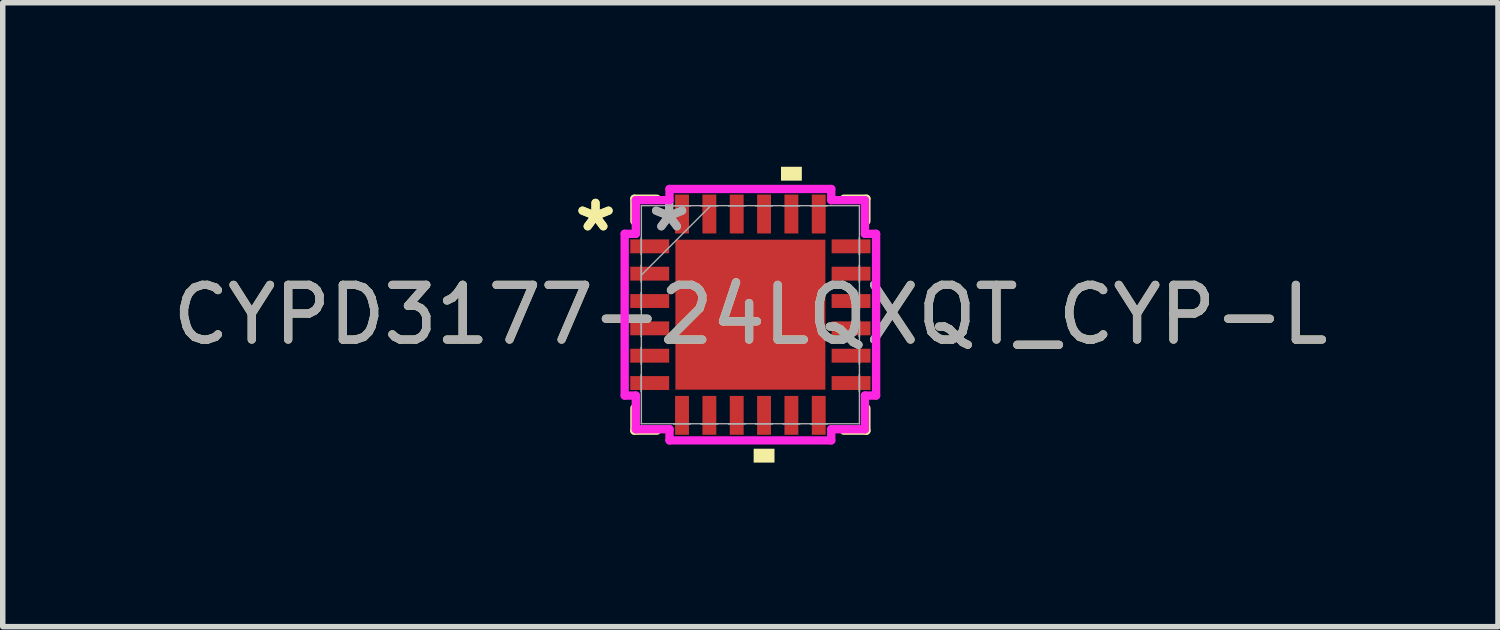
<source format=kicad_pcb>
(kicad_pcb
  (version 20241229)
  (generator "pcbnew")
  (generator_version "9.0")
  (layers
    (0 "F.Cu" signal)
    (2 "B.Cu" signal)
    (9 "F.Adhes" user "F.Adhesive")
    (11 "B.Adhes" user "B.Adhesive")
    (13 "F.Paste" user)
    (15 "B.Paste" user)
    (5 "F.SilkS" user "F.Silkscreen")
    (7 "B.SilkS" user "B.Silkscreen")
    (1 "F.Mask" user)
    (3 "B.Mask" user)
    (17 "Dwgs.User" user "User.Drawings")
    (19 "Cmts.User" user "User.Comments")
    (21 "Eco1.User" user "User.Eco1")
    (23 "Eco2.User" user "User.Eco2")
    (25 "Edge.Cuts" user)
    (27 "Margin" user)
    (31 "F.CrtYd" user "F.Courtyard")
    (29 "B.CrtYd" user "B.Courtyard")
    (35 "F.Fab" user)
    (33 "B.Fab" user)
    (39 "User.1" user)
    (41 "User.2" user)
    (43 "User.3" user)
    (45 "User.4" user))
  (footprint "CYPD3177-24LQXQT_CYP-L"
    (layer "F.Cu")
    (at 10.673 2.705)
    (property "Reference" "CYPD3177-24LQXQT_CYP-L" (at 0 0 0) (unlocked yes) (layer "F.SilkS") (effects (font (size 1 1) (thickness 0.15))))
    (attr smd)
    (fp_line (start -2.121 -2.121) (end -2.121 -1.71) (stroke (width 0.152) (type solid)) (layer "F.SilkS"))
    (fp_line (start -2.121 1.71) (end -2.121 2.121) (stroke (width 0.152) (type solid)) (layer "F.SilkS"))
    (fp_line (start -2.121 2.121) (end -1.71 2.121) (stroke (width 0.152) (type solid)) (layer "F.SilkS"))
    (fp_line (start -1.71 -2.121) (end -2.121 -2.121) (stroke (width 0.152) (type solid)) (layer "F.SilkS"))
    (fp_line (start 1.71 2.121) (end 2.121 2.121) (stroke (width 0.152) (type solid)) (layer "F.SilkS"))
    (fp_line (start 2.121 -2.121) (end 1.71 -2.121) (stroke (width 0.152) (type solid)) (layer "F.SilkS"))
    (fp_line (start 2.121 -1.71) (end 2.121 -2.121) (stroke (width 0.152) (type solid)) (layer "F.SilkS"))
    (fp_line (start 2.121 2.121) (end 2.121 1.71) (stroke (width 0.152) (type solid)) (layer "F.SilkS"))
    (fp_poly (pts (xy 0.06 2.451) (xy 0.06 2.705) (xy 0.441 2.705) (xy 0.441 2.451)) (stroke (width 0) (type solid)) (fill yes) (layer "F.SilkS"))
    (fp_poly (pts (xy 0.56 -2.451) (xy 0.56 -2.705) (xy 0.941 -2.705) (xy 0.941 -2.451)) (stroke (width 0) (type solid)) (fill yes) (layer "F.SilkS"))
    (fp_poly (pts (xy -1.272 -1.272) (xy -1.272 -0.1) (xy -0.1 -0.1) (xy -0.1 -1.272)) (stroke (width 0) (type solid)) (fill yes) (layer "F.Paste"))
    (fp_poly (pts (xy -1.272 0.1) (xy -1.272 1.272) (xy -0.1 1.272) (xy -0.1 0.1)) (stroke (width 0) (type solid)) (fill yes) (layer "F.Paste"))
    (fp_poly (pts (xy 0.1 -1.272) (xy 0.1 -0.1) (xy 1.272 -0.1) (xy 1.272 -1.272)) (stroke (width 0) (type solid)) (fill yes) (layer "F.Paste"))
    (fp_poly (pts (xy 0.1 0.1) (xy 0.1 1.272) (xy 1.272 1.272) (xy 1.272 0.1)) (stroke (width 0) (type solid)) (fill yes) (layer "F.Paste"))
    (fp_line (start -2.299 -1.479) (end -2.095 -1.479) (stroke (width 0.152) (type solid)) (layer "F.CrtYd"))
    (fp_line (start -2.299 1.479) (end -2.299 -1.479) (stroke (width 0.152) (type solid)) (layer "F.CrtYd"))
    (fp_line (start -2.095 -2.095) (end -1.479 -2.095) (stroke (width 0.152) (type solid)) (layer "F.CrtYd"))
    (fp_line (start -2.095 -1.479) (end -2.095 -2.095) (stroke (width 0.152) (type solid)) (layer "F.CrtYd"))
    (fp_line (start -2.095 1.479) (end -2.299 1.479) (stroke (width 0.152) (type solid)) (layer "F.CrtYd"))
    (fp_line (start -2.095 2.095) (end -2.095 1.479) (stroke (width 0.152) (type solid)) (layer "F.CrtYd"))
    (fp_line (start -1.479 -2.299) (end 1.479 -2.299) (stroke (width 0.152) (type solid)) (layer "F.CrtYd"))
    (fp_line (start -1.479 -2.095) (end -1.479 -2.299) (stroke (width 0.152) (type solid)) (layer "F.CrtYd"))
    (fp_line (start -1.479 2.095) (end -2.095 2.095) (stroke (width 0.152) (type solid)) (layer "F.CrtYd"))
    (fp_line (start -1.479 2.299) (end -1.479 2.095) (stroke (width 0.152) (type solid)) (layer "F.CrtYd"))
    (fp_line (start 1.479 -2.299) (end 1.479 -2.095) (stroke (width 0.152) (type solid)) (layer "F.CrtYd"))
    (fp_line (start 1.479 -2.095) (end 2.095 -2.095) (stroke (width 0.152) (type solid)) (layer "F.CrtYd"))
    (fp_line (start 1.479 2.095) (end 1.479 2.299) (stroke (width 0.152) (type solid)) (layer "F.CrtYd"))
    (fp_line (start 1.479 2.299) (end -1.479 2.299) (stroke (width 0.152) (type solid)) (layer "F.CrtYd"))
    (fp_line (start 2.095 -2.095) (end 2.095 -1.479) (stroke (width 0.152) (type solid)) (layer "F.CrtYd"))
    (fp_line (start 2.095 -1.479) (end 2.299 -1.479) (stroke (width 0.152) (type solid)) (layer "F.CrtYd"))
    (fp_line (start 2.095 1.479) (end 2.095 2.095) (stroke (width 0.152) (type solid)) (layer "F.CrtYd"))
    (fp_line (start 2.095 2.095) (end 1.479 2.095) (stroke (width 0.152) (type solid)) (layer "F.CrtYd"))
    (fp_line (start 2.299 -1.479) (end 2.299 1.479) (stroke (width 0.152) (type solid)) (layer "F.CrtYd"))
    (fp_line (start 2.299 1.479) (end 2.095 1.479) (stroke (width 0.152) (type solid)) (layer "F.CrtYd"))
    (fp_line (start -1.994 -1.994) (end -1.994 -1.994) (stroke (width 0.025) (type solid)) (layer "F.Fab"))
    (fp_line (start -1.994 -1.994) (end -1.994 1.994) (stroke (width 0.025) (type solid)) (layer "F.Fab"))
    (fp_line (start -1.994 -1.403) (end -1.994 -1.403) (stroke (width 0.025) (type solid)) (layer "F.Fab"))
    (fp_line (start -1.994 -1.403) (end -1.994 -1.098) (stroke (width 0.025) (type solid)) (layer "F.Fab"))
    (fp_line (start -1.994 -1.098) (end -1.994 -1.403) (stroke (width 0.025) (type solid)) (layer "F.Fab"))
    (fp_line (start -1.994 -1.098) (end -1.994 -1.098) (stroke (width 0.025) (type solid)) (layer "F.Fab"))
    (fp_line (start -1.994 -0.903) (end -1.994 -0.903) (stroke (width 0.025) (type solid)) (layer "F.Fab"))
    (fp_line (start -1.994 -0.903) (end -1.994 -0.598) (stroke (width 0.025) (type solid)) (layer "F.Fab"))
    (fp_line (start -1.994 -0.724) (end -0.724 -1.994) (stroke (width 0.025) (type solid)) (layer "F.Fab"))
    (fp_line (start -1.994 -0.598) (end -1.994 -0.903) (stroke (width 0.025) (type solid)) (layer "F.Fab"))
    (fp_line (start -1.994 -0.598) (end -1.994 -0.598) (stroke (width 0.025) (type solid)) (layer "F.Fab"))
    (fp_line (start -1.994 -0.402) (end -1.994 -0.402) (stroke (width 0.025) (type solid)) (layer "F.Fab"))
    (fp_line (start -1.994 -0.402) (end -1.994 -0.098) (stroke (width 0.025) (type solid)) (layer "F.Fab"))
    (fp_line (start -1.994 -0.098) (end -1.994 -0.402) (stroke (width 0.025) (type solid)) (layer "F.Fab"))
    (fp_line (start -1.994 -0.098) (end -1.994 -0.098) (stroke (width 0.025) (type solid)) (layer "F.Fab"))
    (fp_line (start -1.994 0.098) (end -1.994 0.098) (stroke (width 0.025) (type solid)) (layer "F.Fab"))
    (fp_line (start -1.994 0.098) (end -1.994 0.402) (stroke (width 0.025) (type solid)) (layer "F.Fab"))
    (fp_line (start -1.994 0.402) (end -1.994 0.098) (stroke (width 0.025) (type solid)) (layer "F.Fab"))
    (fp_line (start -1.994 0.402) (end -1.994 0.402) (stroke (width 0.025) (type solid)) (layer "F.Fab"))
    (fp_line (start -1.994 0.598) (end -1.994 0.598) (stroke (width 0.025) (type solid)) (layer "F.Fab"))
    (fp_line (start -1.994 0.598) (end -1.994 0.903) (stroke (width 0.025) (type solid)) (layer "F.Fab"))
    (fp_line (start -1.994 0.903) (end -1.994 0.598) (stroke (width 0.025) (type solid)) (layer "F.Fab"))
    (fp_line (start -1.994 0.903) (end -1.994 0.903) (stroke (width 0.025) (type solid)) (layer "F.Fab"))
    (fp_line (start -1.994 1.098) (end -1.994 1.098) (stroke (width 0.025) (type solid)) (layer "F.Fab"))
    (fp_line (start -1.994 1.098) (end -1.994 1.403) (stroke (width 0.025) (type solid)) (layer "F.Fab"))
    (fp_line (start -1.994 1.403) (end -1.994 1.098) (stroke (width 0.025) (type solid)) (layer "F.Fab"))
    (fp_line (start -1.994 1.403) (end -1.994 1.403) (stroke (width 0.025) (type solid)) (layer "F.Fab"))
    (fp_line (start -1.994 1.994) (end -1.994 1.994) (stroke (width 0.025) (type solid)) (layer "F.Fab"))
    (fp_line (start -1.994 1.994) (end 1.994 1.994) (stroke (width 0.025) (type solid)) (layer "F.Fab"))
    (fp_line (start -1.403 -1.994) (end -1.403 -1.994) (stroke (width 0.025) (type solid)) (layer "F.Fab"))
    (fp_line (start -1.403 -1.994) (end -1.098 -1.994) (stroke (width 0.025) (type solid)) (layer "F.Fab"))
    (fp_line (start -1.403 1.994) (end -1.403 1.994) (stroke (width 0.025) (type solid)) (layer "F.Fab"))
    (fp_line (start -1.403 1.994) (end -1.098 1.994) (stroke (width 0.025) (type solid)) (layer "F.Fab"))
    (fp_line (start -1.098 -1.994) (end -1.403 -1.994) (stroke (width 0.025) (type solid)) (layer "F.Fab"))
    (fp_line (start -1.098 -1.994) (end -1.098 -1.994) (stroke (width 0.025) (type solid)) (layer "F.Fab"))
    (fp_line (start -1.098 1.994) (end -1.403 1.994) (stroke (width 0.025) (type solid)) (layer "F.Fab"))
    (fp_line (start -1.098 1.994) (end -1.098 1.994) (stroke (width 0.025) (type solid)) (layer "F.Fab"))
    (fp_line (start -0.903 -1.994) (end -0.903 -1.994) (stroke (width 0.025) (type solid)) (layer "F.Fab"))
    (fp_line (start -0.903 -1.994) (end -0.598 -1.994) (stroke (width 0.025) (type solid)) (layer "F.Fab"))
    (fp_line (start -0.903 1.994) (end -0.903 1.994) (stroke (width 0.025) (type solid)) (layer "F.Fab"))
    (fp_line (start -0.903 1.994) (end -0.598 1.994) (stroke (width 0.025) (type solid)) (layer "F.Fab"))
    (fp_line (start -0.598 -1.994) (end -0.903 -1.994) (stroke (width 0.025) (type solid)) (layer "F.Fab"))
    (fp_line (start -0.598 -1.994) (end -0.598 -1.994) (stroke (width 0.025) (type solid)) (layer "F.Fab"))
    (fp_line (start -0.598 1.994) (end -0.903 1.994) (stroke (width 0.025) (type solid)) (layer "F.Fab"))
    (fp_line (start -0.598 1.994) (end -0.598 1.994) (stroke (width 0.025) (type solid)) (layer "F.Fab"))
    (fp_line (start -0.402 -1.994) (end -0.402 -1.994) (stroke (width 0.025) (type solid)) (layer "F.Fab"))
    (fp_line (start -0.402 -1.994) (end -0.098 -1.994) (stroke (width 0.025) (type solid)) (layer "F.Fab"))
    (fp_line (start -0.402 1.994) (end -0.402 1.994) (stroke (width 0.025) (type solid)) (layer "F.Fab"))
    (fp_line (start -0.402 1.994) (end -0.098 1.994) (stroke (width 0.025) (type solid)) (layer "F.Fab"))
    (fp_line (start -0.098 -1.994) (end -0.402 -1.994) (stroke (width 0.025) (type solid)) (layer "F.Fab"))
    (fp_line (start -0.098 -1.994) (end -0.098 -1.994) (stroke (width 0.025) (type solid)) (layer "F.Fab"))
    (fp_line (start -0.098 1.994) (end -0.402 1.994) (stroke (width 0.025) (type solid)) (layer "F.Fab"))
    (fp_line (start -0.098 1.994) (end -0.098 1.994) (stroke (width 0.025) (type solid)) (layer "F.Fab"))
    (fp_line (start 0.098 -1.994) (end 0.098 -1.994) (stroke (width 0.025) (type solid)) (layer "F.Fab"))
    (fp_line (start 0.098 -1.994) (end 0.402 -1.994) (stroke (width 0.025) (type solid)) (layer "F.Fab"))
    (fp_line (start 0.098 1.994) (end 0.098 1.994) (stroke (width 0.025) (type solid)) (layer "F.Fab"))
    (fp_line (start 0.098 1.994) (end 0.402 1.994) (stroke (width 0.025) (type solid)) (layer "F.Fab"))
    (fp_line (start 0.402 -1.994) (end 0.098 -1.994) (stroke (width 0.025) (type solid)) (layer "F.Fab"))
    (fp_line (start 0.402 -1.994) (end 0.402 -1.994) (stroke (width 0.025) (type solid)) (layer "F.Fab"))
    (fp_line (start 0.402 1.994) (end 0.098 1.994) (stroke (width 0.025) (type solid)) (layer "F.Fab"))
    (fp_line (start 0.402 1.994) (end 0.402 1.994) (stroke (width 0.025) (type solid)) (layer "F.Fab"))
    (fp_line (start 0.598 -1.994) (end 0.598 -1.994) (stroke (width 0.025) (type solid)) (layer "F.Fab"))
    (fp_line (start 0.598 -1.994) (end 0.903 -1.994) (stroke (width 0.025) (type solid)) (layer "F.Fab"))
    (fp_line (start 0.598 1.994) (end 0.598 1.994) (stroke (width 0.025) (type solid)) (layer "F.Fab"))
    (fp_line (start 0.598 1.994) (end 0.903 1.994) (stroke (width 0.025) (type solid)) (layer "F.Fab"))
    (fp_line (start 0.903 -1.994) (end 0.598 -1.994) (stroke (width 0.025) (type solid)) (layer "F.Fab"))
    (fp_line (start 0.903 -1.994) (end 0.903 -1.994) (stroke (width 0.025) (type solid)) (layer "F.Fab"))
    (fp_line (start 0.903 1.994) (end 0.598 1.994) (stroke (width 0.025) (type solid)) (layer "F.Fab"))
    (fp_line (start 0.903 1.994) (end 0.903 1.994) (stroke (width 0.025) (type solid)) (layer "F.Fab"))
    (fp_line (start 1.098 -1.994) (end 1.098 -1.994) (stroke (width 0.025) (type solid)) (layer "F.Fab"))
    (fp_line (start 1.098 -1.994) (end 1.403 -1.994) (stroke (width 0.025) (type solid)) (layer "F.Fab"))
    (fp_line (start 1.098 1.994) (end 1.098 1.994) (stroke (width 0.025) (type solid)) (layer "F.Fab"))
    (fp_line (start 1.098 1.994) (end 1.403 1.994) (stroke (width 0.025) (type solid)) (layer "F.Fab"))
    (fp_line (start 1.403 -1.994) (end 1.098 -1.994) (stroke (width 0.025) (type solid)) (layer "F.Fab"))
    (fp_line (start 1.403 -1.994) (end 1.403 -1.994) (stroke (width 0.025) (type solid)) (layer "F.Fab"))
    (fp_line (start 1.403 1.994) (end 1.098 1.994) (stroke (width 0.025) (type solid)) (layer "F.Fab"))
    (fp_line (start 1.403 1.994) (end 1.403 1.994) (stroke (width 0.025) (type solid)) (layer "F.Fab"))
    (fp_line (start 1.994 -1.994) (end -1.994 -1.994) (stroke (width 0.025) (type solid)) (layer "F.Fab"))
    (fp_line (start 1.994 -1.994) (end 1.994 -1.994) (stroke (width 0.025) (type solid)) (layer "F.Fab"))
    (fp_line (start 1.994 -1.403) (end 1.994 -1.403) (stroke (width 0.025) (type solid)) (layer "F.Fab"))
    (fp_line (start 1.994 -1.403) (end 1.994 -1.098) (stroke (width 0.025) (type solid)) (layer "F.Fab"))
    (fp_line (start 1.994 -1.098) (end 1.994 -1.403) (stroke (width 0.025) (type solid)) (layer "F.Fab"))
    (fp_line (start 1.994 -1.098) (end 1.994 -1.098) (stroke (width 0.025) (type solid)) (layer "F.Fab"))
    (fp_line (start 1.994 -0.903) (end 1.994 -0.903) (stroke (width 0.025) (type solid)) (layer "F.Fab"))
    (fp_line (start 1.994 -0.903) (end 1.994 -0.598) (stroke (width 0.025) (type solid)) (layer "F.Fab"))
    (fp_line (start 1.994 -0.598) (end 1.994 -0.903) (stroke (width 0.025) (type solid)) (layer "F.Fab"))
    (fp_line (start 1.994 -0.598) (end 1.994 -0.598) (stroke (width 0.025) (type solid)) (layer "F.Fab"))
    (fp_line (start 1.994 -0.402) (end 1.994 -0.402) (stroke (width 0.025) (type solid)) (layer "F.Fab"))
    (fp_line (start 1.994 -0.402) (end 1.994 -0.098) (stroke (width 0.025) (type solid)) (layer "F.Fab"))
    (fp_line (start 1.994 -0.098) (end 1.994 -0.402) (stroke (width 0.025) (type solid)) (layer "F.Fab"))
    (fp_line (start 1.994 -0.098) (end 1.994 -0.098) (stroke (width 0.025) (type solid)) (layer "F.Fab"))
    (fp_line (start 1.994 0.098) (end 1.994 0.098) (stroke (width 0.025) (type solid)) (layer "F.Fab"))
    (fp_line (start 1.994 0.098) (end 1.994 0.402) (stroke (width 0.025) (type solid)) (layer "F.Fab"))
    (fp_line (start 1.994 0.402) (end 1.994 0.098) (stroke (width 0.025) (type solid)) (layer "F.Fab"))
    (fp_line (start 1.994 0.402) (end 1.994 0.402) (stroke (width 0.025) (type solid)) (layer "F.Fab"))
    (fp_line (start 1.994 0.598) (end 1.994 0.598) (stroke (width 0.025) (type solid)) (layer "F.Fab"))
    (fp_line (start 1.994 0.598) (end 1.994 0.903) (stroke (width 0.025) (type solid)) (layer "F.Fab"))
    (fp_line (start 1.994 0.903) (end 1.994 0.598) (stroke (width 0.025) (type solid)) (layer "F.Fab"))
    (fp_line (start 1.994 0.903) (end 1.994 0.903) (stroke (width 0.025) (type solid)) (layer "F.Fab"))
    (fp_line (start 1.994 1.098) (end 1.994 1.098) (stroke (width 0.025) (type solid)) (layer "F.Fab"))
    (fp_line (start 1.994 1.098) (end 1.994 1.403) (stroke (width 0.025) (type solid)) (layer "F.Fab"))
    (fp_line (start 1.994 1.403) (end 1.994 1.098) (stroke (width 0.025) (type solid)) (layer "F.Fab"))
    (fp_line (start 1.994 1.403) (end 1.994 1.403) (stroke (width 0.025) (type solid)) (layer "F.Fab"))
    (fp_line (start 1.994 1.994) (end 1.994 -1.994) (stroke (width 0.025) (type solid)) (layer "F.Fab"))
    (fp_line (start 1.994 1.994) (end 1.994 1.994) (stroke (width 0.025) (type solid)) (layer "F.Fab"))
    (fp_text user "*" (at -2.832 -1.5 0) (layer "F.SilkS") (effects (font (size 1 1) (thickness 0.15))))
    (fp_text user "*" (at -2.832 -1.5 0) (unlocked yes) (layer "F.SilkS") (effects (font (size 1 1) (thickness 0.15))))
    (fp_text user "${REFERENCE}" (at 0 0 0) (unlocked yes) (layer "F.Fab") (effects (font (size 1 1) (thickness 0.15))))
    (fp_text user "*" (at -1.486 -1.5 0) (unlocked yes) (layer "F.Fab") (effects (font (size 1 1) (thickness 0.15))))
    (fp_text user "*" (at -1.486 -1.5 0) (layer "F.Fab") (effects (font (size 1 1) (thickness 0.15))))
    (pad "1" smd rect (at -1.841 -1.25 90) (size 0.254 0.711) (layers "F.Cu" "F.Mask" "F.Paste"))
    (pad "2" smd rect (at -1.841 -0.75 90) (size 0.254 0.711) (layers "F.Cu" "F.Mask" "F.Paste"))
    (pad "3" smd rect (at -1.841 -0.25 90) (size 0.254 0.711) (layers "F.Cu" "F.Mask" "F.Paste"))
    (pad "4" smd rect (at -1.841 0.25 90) (size 0.254 0.711) (layers "F.Cu" "F.Mask" "F.Paste"))
    (pad "5" smd rect (at -1.841 0.75 90) (size 0.254 0.711) (layers "F.Cu" "F.Mask" "F.Paste"))
    (pad "6" smd rect (at -1.841 1.25 90) (size 0.254 0.711) (layers "F.Cu" "F.Mask" "F.Paste"))
    (pad "7" smd rect (at -1.25 1.841) (size 0.254 0.711) (layers "F.Cu" "F.Mask" "F.Paste"))
    (pad "8" smd rect (at -0.75 1.841) (size 0.254 0.711) (layers "F.Cu" "F.Mask" "F.Paste"))
    (pad "9" smd rect (at -0.25 1.841) (size 0.254 0.711) (layers "F.Cu" "F.Mask" "F.Paste"))
    (pad "10" smd rect (at 0.25 1.841) (size 0.254 0.711) (layers "F.Cu" "F.Mask" "F.Paste"))
    (pad "11" smd rect (at 0.75 1.841) (size 0.254 0.711) (layers "F.Cu" "F.Mask" "F.Paste"))
    (pad "12" smd rect (at 1.25 1.841) (size 0.254 0.711) (layers "F.Cu" "F.Mask" "F.Paste"))
    (pad "13" smd rect (at 1.841 1.25 90) (size 0.254 0.711) (layers "F.Cu" "F.Mask" "F.Paste"))
    (pad "14" smd rect (at 1.841 0.75 90) (size 0.254 0.711) (layers "F.Cu" "F.Mask" "F.Paste"))
    (pad "15" smd rect (at 1.841 0.25 90) (size 0.254 0.711) (layers "F.Cu" "F.Mask" "F.Paste"))
    (pad "16" smd rect (at 1.841 -0.25 90) (size 0.254 0.711) (layers "F.Cu" "F.Mask" "F.Paste"))
    (pad "17" smd rect (at 1.841 -0.75 90) (size 0.254 0.711) (layers "F.Cu" "F.Mask" "F.Paste"))
    (pad "18" smd rect (at 1.841 -1.25 90) (size 0.254 0.711) (layers "F.Cu" "F.Mask" "F.Paste"))
    (pad "19" smd rect (at 1.25 -1.841) (size 0.254 0.711) (layers "F.Cu" "F.Mask" "F.Paste"))
    (pad "20" smd rect (at 0.75 -1.841) (size 0.254 0.711) (layers "F.Cu" "F.Mask" "F.Paste"))
    (pad "21" smd rect (at 0.25 -1.841) (size 0.254 0.711) (layers "F.Cu" "F.Mask" "F.Paste"))
    (pad "22" smd rect (at -0.25 -1.841) (size 0.254 0.711) (layers "F.Cu" "F.Mask" "F.Paste"))
    (pad "23" smd rect (at -0.75 -1.841) (size 0.254 0.711) (layers "F.Cu" "F.Mask" "F.Paste"))
    (pad "24" smd rect (at -1.25 -1.841) (size 0.254 0.711) (layers "F.Cu" "F.Mask" "F.Paste"))
    (pad "25" smd rect (at 0 0) (size 2.743 2.743) (layers "F.Cu" "F.Mask" "F.Paste")))
  (gr_rect
    (start -3 -3)
    (end 24.345 8.41)
    (stroke (width 0.1) (type default))
    (fill no)
    (layer "Edge.Cuts")))
</source>
